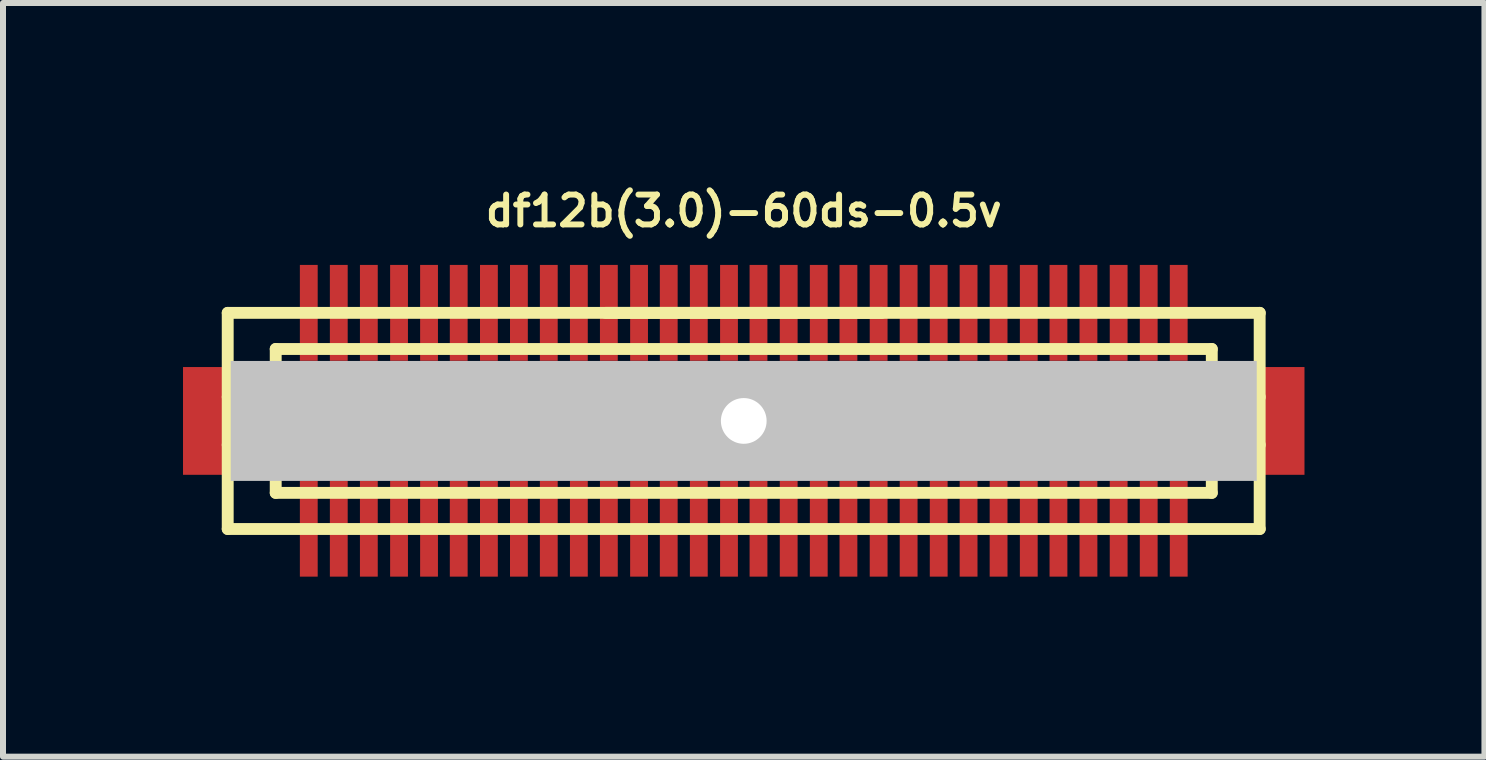
<source format=kicad_pcb>
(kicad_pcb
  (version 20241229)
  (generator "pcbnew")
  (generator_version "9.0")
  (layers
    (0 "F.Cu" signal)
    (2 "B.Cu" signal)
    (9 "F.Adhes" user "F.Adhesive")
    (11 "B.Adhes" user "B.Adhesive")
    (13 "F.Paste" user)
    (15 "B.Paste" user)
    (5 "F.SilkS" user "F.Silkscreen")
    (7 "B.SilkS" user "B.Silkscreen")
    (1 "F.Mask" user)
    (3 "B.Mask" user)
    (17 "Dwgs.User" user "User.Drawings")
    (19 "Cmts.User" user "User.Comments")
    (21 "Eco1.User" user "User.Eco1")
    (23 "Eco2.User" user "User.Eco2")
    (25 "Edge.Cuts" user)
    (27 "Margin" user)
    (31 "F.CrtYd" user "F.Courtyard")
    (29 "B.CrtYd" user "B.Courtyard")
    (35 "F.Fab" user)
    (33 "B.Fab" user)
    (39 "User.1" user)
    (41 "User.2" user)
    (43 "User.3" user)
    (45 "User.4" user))
  (footprint "df12b(3.0)-60ds-0.5v"
    (layer "F.Cu")
    (at 9.345 3.965)
    (property "Reference" "df12b(3.0)-60ds-0.5v" (at 0 -3.5 0) (layer "F.SilkS") (effects (font (size 0.498 0.498) (thickness 0.099))))
    (attr through_hole)
    (fp_line (start -8.6 -1.801) (end 8.6 -1.801) (stroke (width 0.198) (type solid)) (layer "F.SilkS"))
    (fp_line (start -8.6 1.801) (end -8.6 -1.801) (stroke (width 0.198) (type solid)) (layer "F.SilkS"))
    (fp_line (start -8.6 1.801) (end 8.6 1.801) (stroke (width 0.198) (type solid)) (layer "F.SilkS"))
    (fp_line (start -7.8 -0.701) (end 7.8 -0.701) (stroke (width 0.198) (type solid)) (layer "F.SilkS"))
    (fp_line (start -7.8 -0.399) (end -8.6 -0.399) (stroke (width 0.198) (type solid)) (layer "F.SilkS"))
    (fp_line (start -7.8 0.399) (end -8.6 0.399) (stroke (width 0.198) (type solid)) (layer "F.SilkS"))
    (fp_line (start -7.8 0.701) (end 7.8 0.701) (stroke (width 0.198) (type solid)) (layer "F.SilkS"))
    (fp_line (start -7.8 1.199) (end -7.8 -1.199) (stroke (width 0.198) (type solid)) (layer "F.SilkS"))
    (fp_line (start -2.301 -1.801) (end 2.301 -1.801) (stroke (width 0.198) (type solid)) (layer "F.SilkS"))
    (fp_line (start 7.8 -1.199) (end -7.8 -1.199) (stroke (width 0.198) (type solid)) (layer "F.SilkS"))
    (fp_line (start 7.8 -1.199) (end 7.8 1.199) (stroke (width 0.198) (type solid)) (layer "F.SilkS"))
    (fp_line (start 7.8 -0.399) (end 8.6 -0.399) (stroke (width 0.198) (type solid)) (layer "F.SilkS"))
    (fp_line (start 7.8 1.199) (end -7.8 1.199) (stroke (width 0.198) (type solid)) (layer "F.SilkS"))
    (fp_line (start 8.598 -1.801) (end 8.598 1.801) (stroke (width 0.198) (type solid)) (layer "F.SilkS"))
    (fp_line (start 8.6 0.399) (end 7.8 0.399) (stroke (width 0.198) (type solid)) (layer "F.SilkS"))
    (pad "" smd rect (at -8.946 0) (size 0.798 1.796) (layers "F.Cu" "F.Mask" "F.Paste"))
    (pad "" np_thru_hole rect (at 0 0) (size 17.099 1.999) (drill 0.762) (layers "Dwgs.User"))
    (pad "" smd rect (at 8.946 0) (size 0.798 1.796) (layers "F.Cu" "F.Mask" "F.Paste"))
    (pad "1" smd rect (at -7.249 1.796) (size 0.297 1.598) (layers "F.Cu" "F.Mask" "F.Paste"))
    (pad "2" smd rect (at -6.749 1.796) (size 0.297 1.598) (layers "F.Cu" "F.Mask" "F.Paste"))
    (pad "3" smd rect (at -6.248 1.796) (size 0.297 1.598) (layers "F.Cu" "F.Mask" "F.Paste"))
    (pad "4" smd rect (at -5.745 1.796) (size 0.297 1.598) (layers "F.Cu" "F.Mask" "F.Paste"))
    (pad "5" smd rect (at -5.245 1.796) (size 0.297 1.598) (layers "F.Cu" "F.Mask" "F.Paste"))
    (pad "6" smd rect (at -4.75 1.796) (size 0.297 1.598) (layers "F.Cu" "F.Mask" "F.Paste"))
    (pad "7" smd rect (at -4.247 1.796) (size 0.297 1.598) (layers "F.Cu" "F.Mask" "F.Paste"))
    (pad "8" smd rect (at -3.747 1.796) (size 0.297 1.598) (layers "F.Cu" "F.Mask" "F.Paste"))
    (pad "9" smd rect (at -3.249 1.796) (size 0.297 1.598) (layers "F.Cu" "F.Mask" "F.Paste"))
    (pad "10" smd rect (at -2.748 1.796) (size 0.297 1.598) (layers "F.Cu" "F.Mask" "F.Paste"))
    (pad "11" smd rect (at -2.248 1.796) (size 0.297 1.598) (layers "F.Cu" "F.Mask" "F.Paste"))
    (pad "12" smd rect (at -1.745 1.796) (size 0.297 1.598) (layers "F.Cu" "F.Mask" "F.Paste"))
    (pad "13" smd rect (at -1.25 1.796) (size 0.297 1.598) (layers "F.Cu" "F.Mask" "F.Paste"))
    (pad "14" smd rect (at -0.749 1.796) (size 0.297 1.598) (layers "F.Cu" "F.Mask" "F.Paste"))
    (pad "15" smd rect (at -0.246 1.796) (size 0.297 1.598) (layers "F.Cu" "F.Mask" "F.Paste"))
    (pad "16" smd rect (at 0.246 1.796) (size 0.297 1.598) (layers "F.Cu" "F.Mask" "F.Paste"))
    (pad "17" smd rect (at 0.749 1.796) (size 0.297 1.598) (layers "F.Cu" "F.Mask" "F.Paste"))
    (pad "18" smd rect (at 1.25 1.796) (size 0.297 1.598) (layers "F.Cu" "F.Mask" "F.Paste"))
    (pad "19" smd rect (at 1.745 1.796) (size 0.297 1.598) (layers "F.Cu" "F.Mask" "F.Paste"))
    (pad "20" smd rect (at 2.248 1.796) (size 0.297 1.598) (layers "F.Cu" "F.Mask" "F.Paste"))
    (pad "21" smd rect (at 2.748 1.796) (size 0.297 1.598) (layers "F.Cu" "F.Mask" "F.Paste"))
    (pad "22" smd rect (at 3.249 1.796) (size 0.297 1.598) (layers "F.Cu" "F.Mask" "F.Paste"))
    (pad "23" smd rect (at 3.747 1.796) (size 0.297 1.598) (layers "F.Cu" "F.Mask" "F.Paste"))
    (pad "24" smd rect (at 4.247 1.796) (size 0.297 1.598) (layers "F.Cu" "F.Mask" "F.Paste"))
    (pad "25" smd rect (at 4.75 1.796) (size 0.297 1.598) (layers "F.Cu" "F.Mask" "F.Paste"))
    (pad "26" smd rect (at 5.245 1.796) (size 0.297 1.598) (layers "F.Cu" "F.Mask" "F.Paste"))
    (pad "27" smd rect (at 5.745 1.796) (size 0.297 1.598) (layers "F.Cu" "F.Mask" "F.Paste"))
    (pad "28" smd rect (at 6.248 1.796) (size 0.297 1.598) (layers "F.Cu" "F.Mask" "F.Paste"))
    (pad "29" smd rect (at 6.749 1.796) (size 0.297 1.598) (layers "F.Cu" "F.Mask" "F.Paste"))
    (pad "30" smd rect (at 7.249 1.796) (size 0.297 1.598) (layers "F.Cu" "F.Mask" "F.Paste"))
    (pad "31" smd rect (at 7.249 -1.801) (size 0.297 1.598) (layers "F.Cu" "F.Mask" "F.Paste"))
    (pad "32" smd rect (at 6.749 -1.801) (size 0.297 1.598) (layers "F.Cu" "F.Mask" "F.Paste"))
    (pad "33" smd rect (at 6.248 -1.801) (size 0.297 1.598) (layers "F.Cu" "F.Mask" "F.Paste"))
    (pad "34" smd rect (at 5.745 -1.801) (size 0.297 1.598) (layers "F.Cu" "F.Mask" "F.Paste"))
    (pad "35" smd rect (at 5.245 -1.801) (size 0.297 1.598) (layers "F.Cu" "F.Mask" "F.Paste"))
    (pad "36" smd rect (at 4.75 -1.801) (size 0.297 1.598) (layers "F.Cu" "F.Mask" "F.Paste"))
    (pad "37" smd rect (at 4.247 -1.801) (size 0.297 1.598) (layers "F.Cu" "F.Mask" "F.Paste"))
    (pad "38" smd rect (at 3.747 -1.801) (size 0.297 1.598) (layers "F.Cu" "F.Mask" "F.Paste"))
    (pad "39" smd rect (at 3.249 -1.801) (size 0.297 1.598) (layers "F.Cu" "F.Mask" "F.Paste"))
    (pad "40" smd rect (at 2.748 -1.801) (size 0.297 1.598) (layers "F.Cu" "F.Mask" "F.Paste"))
    (pad "41" smd rect (at 2.248 -1.801) (size 0.297 1.598) (layers "F.Cu" "F.Mask" "F.Paste"))
    (pad "42" smd rect (at 1.745 -1.801) (size 0.297 1.598) (layers "F.Cu" "F.Mask" "F.Paste"))
    (pad "43" smd rect (at 1.25 -1.801) (size 0.297 1.598) (layers "F.Cu" "F.Mask" "F.Paste"))
    (pad "44" smd rect (at 0.749 -1.801) (size 0.297 1.598) (layers "F.Cu" "F.Mask" "F.Paste"))
    (pad "45" smd rect (at 0.246 -1.801) (size 0.297 1.598) (layers "F.Cu" "F.Mask" "F.Paste"))
    (pad "46" smd rect (at -0.246 -1.801) (size 0.297 1.598) (layers "F.Cu" "F.Mask" "F.Paste"))
    (pad "47" smd rect (at -0.749 -1.801) (size 0.297 1.598) (layers "F.Cu" "F.Mask" "F.Paste"))
    (pad "48" smd rect (at -1.25 -1.801) (size 0.297 1.598) (layers "F.Cu" "F.Mask" "F.Paste"))
    (pad "49" smd rect (at -1.745 -1.801) (size 0.297 1.598) (layers "F.Cu" "F.Mask" "F.Paste"))
    (pad "50" smd rect (at -2.248 -1.801) (size 0.297 1.598) (layers "F.Cu" "F.Mask" "F.Paste"))
    (pad "51" smd rect (at -2.748 -1.801) (size 0.297 1.598) (layers "F.Cu" "F.Mask" "F.Paste"))
    (pad "52" smd rect (at -3.249 -1.801) (size 0.297 1.598) (layers "F.Cu" "F.Mask" "F.Paste"))
    (pad "53" smd rect (at -3.747 -1.801) (size 0.297 1.598) (layers "F.Cu" "F.Mask" "F.Paste"))
    (pad "54" smd rect (at -4.247 -1.801) (size 0.297 1.598) (layers "F.Cu" "F.Mask" "F.Paste"))
    (pad "55" smd rect (at -4.75 -1.801) (size 0.297 1.598) (layers "F.Cu" "F.Mask" "F.Paste"))
    (pad "56" smd rect (at -5.245 -1.801) (size 0.297 1.598) (layers "F.Cu" "F.Mask" "F.Paste"))
    (pad "57" smd rect (at -5.745 -1.801) (size 0.297 1.598) (layers "F.Cu" "F.Mask" "F.Paste"))
    (pad "58" smd rect (at -6.248 -1.801) (size 0.297 1.598) (layers "F.Cu" "F.Mask" "F.Paste"))
    (pad "59" smd rect (at -6.749 -1.801) (size 0.297 1.598) (layers "F.Cu" "F.Mask" "F.Paste"))
    (pad "60" smd rect (at -7.249 -1.801) (size 0.297 1.598) (layers "F.Cu" "F.Mask" "F.Paste")))
  (gr_rect
    (start -3 -3)
    (end 21.689 9.56)
    (stroke (width 0.1) (type default))
    (fill no)
    (layer "Edge.Cuts")))
</source>
